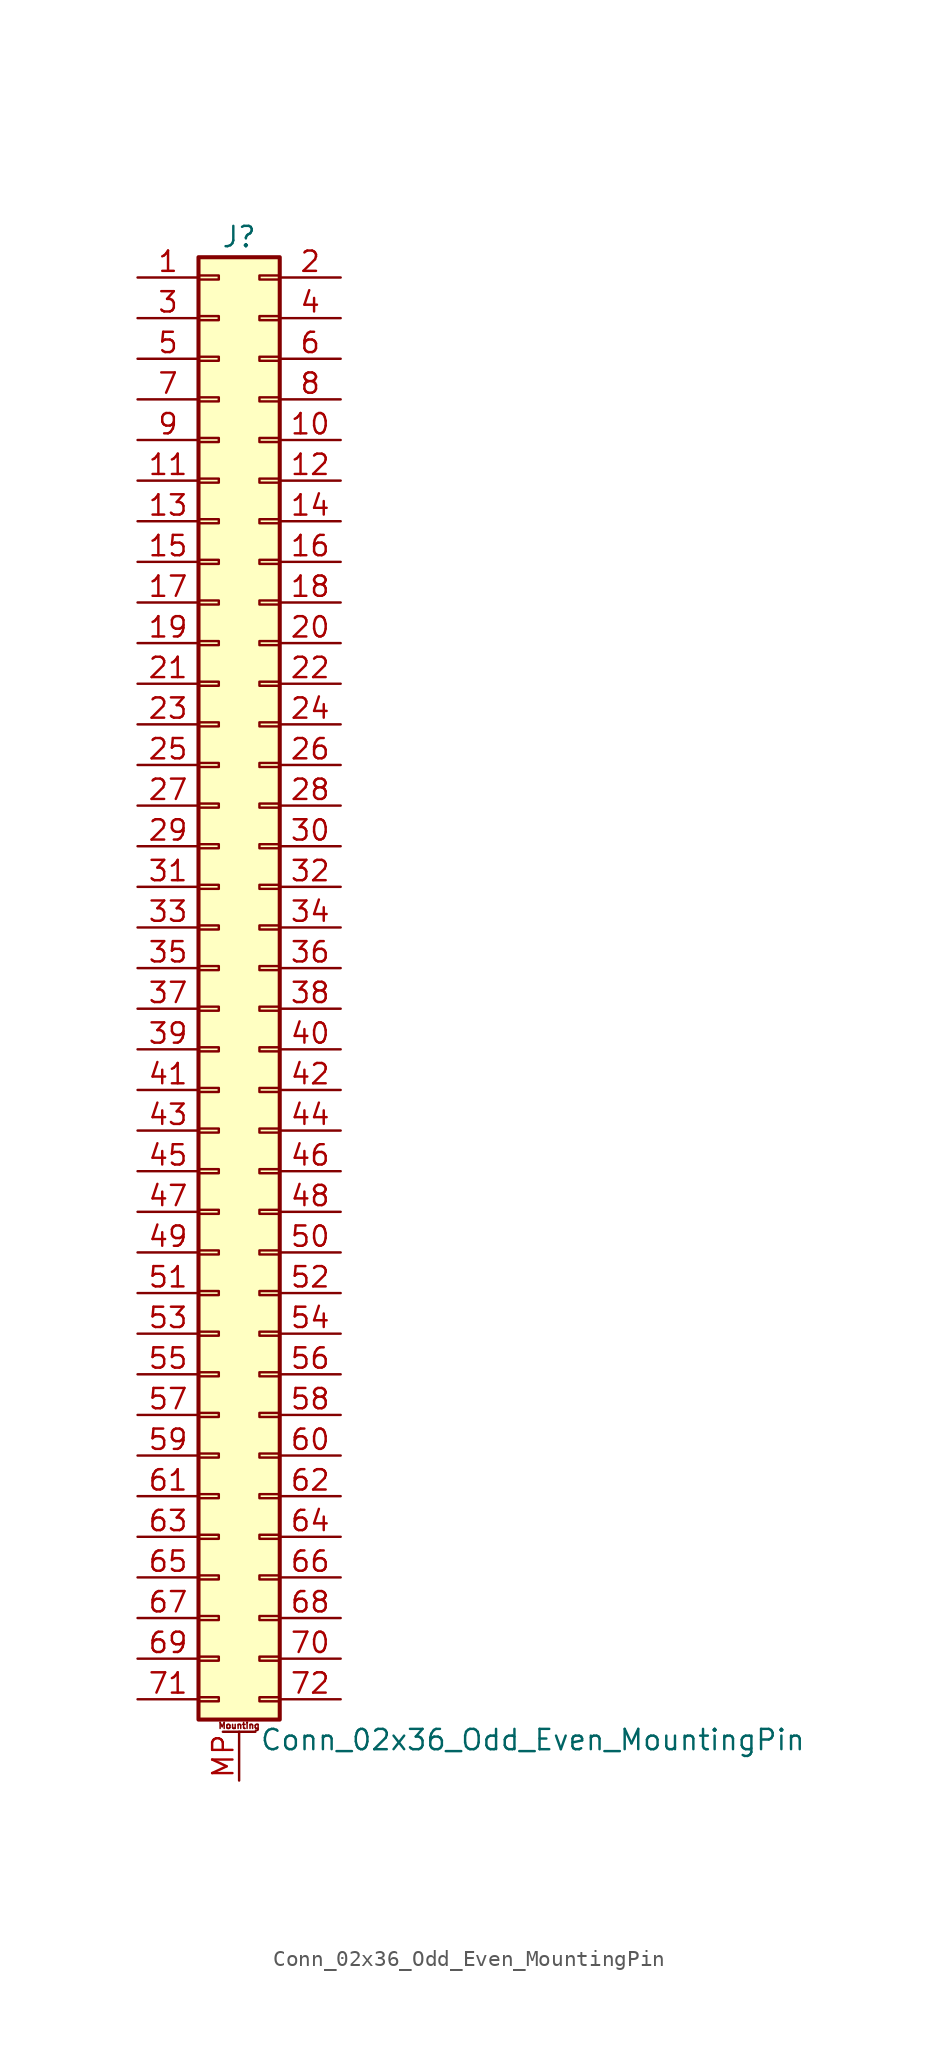
<source format=kicad_sym>
(kicad_symbol_lib
  (version 20201005)
  (generator kicad_symbol_editor)
  (symbol "Conn_02x36_Odd_Even_MountingPin"
    (pin_names
      (offset 1.016) hide)
    (property "Reference" "J"
      (at 1.27 45.72 0)
      (effects (font (size 1.27 1.27))))
    (property "Value" "Conn_02x36_Odd_Even_MountingPin"
      (at 2.54 -48.26 0)
      (effects (font (size 1.27 1.27)) (justify left)))
    (symbol "Conn_02x36_Odd_Even_MountingPin_1_1"
      (text "Mounting" (at 1.27 -47.371 0) (effects (font (size 0.381 0.381))))
      (rectangle (start -1.27 -45.593) (end 0 -45.847) (stroke (width 0.152)) (fill (type none)))
      (rectangle (start -1.27 -43.053) (end 0 -43.307) (stroke (width 0.152)) (fill (type none)))
      (rectangle (start -1.27 -40.513) (end 0 -40.767) (stroke (width 0.152)) (fill (type none)))
      (rectangle (start -1.27 -37.973) (end 0 -38.227) (stroke (width 0.152)) (fill (type none)))
      (rectangle (start -1.27 -35.433) (end 0 -35.687) (stroke (width 0.152)) (fill (type none)))
      (rectangle (start -1.27 -32.893) (end 0 -33.147) (stroke (width 0.152)) (fill (type none)))
      (rectangle (start -1.27 -30.353) (end 0 -30.607) (stroke (width 0.152)) (fill (type none)))
      (rectangle (start -1.27 -27.813) (end 0 -28.067) (stroke (width 0.152)) (fill (type none)))
      (rectangle (start -1.27 -25.273) (end 0 -25.527) (stroke (width 0.152)) (fill (type none)))
      (rectangle (start -1.27 -22.733) (end 0 -22.987) (stroke (width 0.152)) (fill (type none)))
      (rectangle (start -1.27 -20.193) (end 0 -20.447) (stroke (width 0.152)) (fill (type none)))
      (rectangle (start -1.27 -17.653) (end 0 -17.907) (stroke (width 0.152)) (fill (type none)))
      (rectangle (start -1.27 -15.113) (end 0 -15.367) (stroke (width 0.152)) (fill (type none)))
      (rectangle (start -1.27 -12.573) (end 0 -12.827) (stroke (width 0.152)) (fill (type none)))
      (rectangle (start -1.27 -10.033) (end 0 -10.287) (stroke (width 0.152)) (fill (type none)))
      (rectangle (start -1.27 -7.493) (end 0 -7.747) (stroke (width 0.152)) (fill (type none)))
      (rectangle (start -1.27 -4.953) (end 0 -5.207) (stroke (width 0.152)) (fill (type none)))
      (rectangle (start -1.27 -2.413) (end 0 -2.667) (stroke (width 0.152)) (fill (type none)))
      (rectangle (start -1.27 0.127) (end 0 -0.127) (stroke (width 0.152)) (fill (type none)))
      (rectangle (start -1.27 2.667) (end 0 2.413) (stroke (width 0.152)) (fill (type none)))
      (rectangle (start -1.27 5.207) (end 0 4.953) (stroke (width 0.152)) (fill (type none)))
      (rectangle (start -1.27 7.747) (end 0 7.493) (stroke (width 0.152)) (fill (type none)))
      (rectangle (start -1.27 10.287) (end 0 10.033) (stroke (width 0.152)) (fill (type none)))
      (rectangle (start -1.27 12.827) (end 0 12.573) (stroke (width 0.152)) (fill (type none)))
      (rectangle (start -1.27 15.367) (end 0 15.113) (stroke (width 0.152)) (fill (type none)))
      (rectangle (start -1.27 17.907) (end 0 17.653) (stroke (width 0.152)) (fill (type none)))
      (rectangle (start -1.27 20.447) (end 0 20.193) (stroke (width 0.152)) (fill (type none)))
      (rectangle (start -1.27 22.987) (end 0 22.733) (stroke (width 0.152)) (fill (type none)))
      (rectangle (start -1.27 25.527) (end 0 25.273) (stroke (width 0.152)) (fill (type none)))
      (rectangle (start -1.27 28.067) (end 0 27.813) (stroke (width 0.152)) (fill (type none)))
      (rectangle (start -1.27 30.607) (end 0 30.353) (stroke (width 0.152)) (fill (type none)))
      (rectangle (start -1.27 33.147) (end 0 32.893) (stroke (width 0.152)) (fill (type none)))
      (rectangle (start -1.27 35.687) (end 0 35.433) (stroke (width 0.152)) (fill (type none)))
      (rectangle (start -1.27 38.227) (end 0 37.973) (stroke (width 0.152)) (fill (type none)))
      (rectangle (start -1.27 40.767) (end 0 40.513) (stroke (width 0.152)) (fill (type none)))
      (rectangle (start -1.27 43.307) (end 0 43.053) (stroke (width 0.152)) (fill (type none)))
      (rectangle (start -1.27 44.45) (end 3.81 -46.99) (stroke (width 0.254)) (fill (type background)))
      (rectangle (start 3.81 -45.593) (end 2.54 -45.847) (stroke (width 0.152)) (fill (type none)))
      (rectangle (start 3.81 -43.053) (end 2.54 -43.307) (stroke (width 0.152)) (fill (type none)))
      (rectangle (start 3.81 -40.513) (end 2.54 -40.767) (stroke (width 0.152)) (fill (type none)))
      (rectangle (start 3.81 -37.973) (end 2.54 -38.227) (stroke (width 0.152)) (fill (type none)))
      (rectangle (start 3.81 -35.433) (end 2.54 -35.687) (stroke (width 0.152)) (fill (type none)))
      (rectangle (start 3.81 -32.893) (end 2.54 -33.147) (stroke (width 0.152)) (fill (type none)))
      (rectangle (start 3.81 -30.353) (end 2.54 -30.607) (stroke (width 0.152)) (fill (type none)))
      (rectangle (start 3.81 -27.813) (end 2.54 -28.067) (stroke (width 0.152)) (fill (type none)))
      (rectangle (start 3.81 -25.273) (end 2.54 -25.527) (stroke (width 0.152)) (fill (type none)))
      (rectangle (start 3.81 -22.733) (end 2.54 -22.987) (stroke (width 0.152)) (fill (type none)))
      (rectangle (start 3.81 -20.193) (end 2.54 -20.447) (stroke (width 0.152)) (fill (type none)))
      (rectangle (start 3.81 -17.653) (end 2.54 -17.907) (stroke (width 0.152)) (fill (type none)))
      (rectangle (start 3.81 -15.113) (end 2.54 -15.367) (stroke (width 0.152)) (fill (type none)))
      (rectangle (start 3.81 -12.573) (end 2.54 -12.827) (stroke (width 0.152)) (fill (type none)))
      (rectangle (start 3.81 -10.033) (end 2.54 -10.287) (stroke (width 0.152)) (fill (type none)))
      (rectangle (start 3.81 -7.493) (end 2.54 -7.747) (stroke (width 0.152)) (fill (type none)))
      (rectangle (start 3.81 -4.953) (end 2.54 -5.207) (stroke (width 0.152)) (fill (type none)))
      (rectangle (start 3.81 -2.413) (end 2.54 -2.667) (stroke (width 0.152)) (fill (type none)))
      (rectangle (start 3.81 0.127) (end 2.54 -0.127) (stroke (width 0.152)) (fill (type none)))
      (rectangle (start 3.81 2.667) (end 2.54 2.413) (stroke (width 0.152)) (fill (type none)))
      (rectangle (start 3.81 5.207) (end 2.54 4.953) (stroke (width 0.152)) (fill (type none)))
      (rectangle (start 3.81 7.747) (end 2.54 7.493) (stroke (width 0.152)) (fill (type none)))
      (rectangle (start 3.81 10.287) (end 2.54 10.033) (stroke (width 0.152)) (fill (type none)))
      (rectangle (start 3.81 12.827) (end 2.54 12.573) (stroke (width 0.152)) (fill (type none)))
      (rectangle (start 3.81 15.367) (end 2.54 15.113) (stroke (width 0.152)) (fill (type none)))
      (rectangle (start 3.81 17.907) (end 2.54 17.653) (stroke (width 0.152)) (fill (type none)))
      (rectangle (start 3.81 20.447) (end 2.54 20.193) (stroke (width 0.152)) (fill (type none)))
      (rectangle (start 3.81 22.987) (end 2.54 22.733) (stroke (width 0.152)) (fill (type none)))
      (rectangle (start 3.81 25.527) (end 2.54 25.273) (stroke (width 0.152)) (fill (type none)))
      (rectangle (start 3.81 28.067) (end 2.54 27.813) (stroke (width 0.152)) (fill (type none)))
      (rectangle (start 3.81 30.607) (end 2.54 30.353) (stroke (width 0.152)) (fill (type none)))
      (rectangle (start 3.81 33.147) (end 2.54 32.893) (stroke (width 0.152)) (fill (type none)))
      (rectangle (start 3.81 35.687) (end 2.54 35.433) (stroke (width 0.152)) (fill (type none)))
      (rectangle (start 3.81 38.227) (end 2.54 37.973) (stroke (width 0.152)) (fill (type none)))
      (rectangle (start 3.81 40.767) (end 2.54 40.513) (stroke (width 0.152)) (fill (type none)))
      (rectangle (start 3.81 43.307) (end 2.54 43.053) (stroke (width 0.152)) (fill (type none)))
      (polyline (pts (xy 0.254 -47.752) (xy 2.286 -47.752)) (stroke (width 0.152)) (fill (type none)))
      (pin passive line (at -5.08 43.18 0) (length 3.81) (name "Pin_1" (effects (font (size 1.27 1.27)))) (number "1" (effects (font (size 1.27 1.27)))))
      (pin passive line (at 7.62 33.02 180) (length 3.81) (name "Pin_10" (effects (font (size 1.27 1.27)))) (number "10" (effects (font (size 1.27 1.27)))))
      (pin passive line (at -5.08 30.48 0) (length 3.81) (name "Pin_11" (effects (font (size 1.27 1.27)))) (number "11" (effects (font (size 1.27 1.27)))))
      (pin passive line (at 7.62 30.48 180) (length 3.81) (name "Pin_12" (effects (font (size 1.27 1.27)))) (number "12" (effects (font (size 1.27 1.27)))))
      (pin passive line (at -5.08 27.94 0) (length 3.81) (name "Pin_13" (effects (font (size 1.27 1.27)))) (number "13" (effects (font (size 1.27 1.27)))))
      (pin passive line (at 7.62 27.94 180) (length 3.81) (name "Pin_14" (effects (font (size 1.27 1.27)))) (number "14" (effects (font (size 1.27 1.27)))))
      (pin passive line (at -5.08 25.4 0) (length 3.81) (name "Pin_15" (effects (font (size 1.27 1.27)))) (number "15" (effects (font (size 1.27 1.27)))))
      (pin passive line (at 7.62 25.4 180) (length 3.81) (name "Pin_16" (effects (font (size 1.27 1.27)))) (number "16" (effects (font (size 1.27 1.27)))))
      (pin passive line (at -5.08 22.86 0) (length 3.81) (name "Pin_17" (effects (font (size 1.27 1.27)))) (number "17" (effects (font (size 1.27 1.27)))))
      (pin passive line (at 7.62 22.86 180) (length 3.81) (name "Pin_18" (effects (font (size 1.27 1.27)))) (number "18" (effects (font (size 1.27 1.27)))))
      (pin passive line (at -5.08 20.32 0) (length 3.81) (name "Pin_19" (effects (font (size 1.27 1.27)))) (number "19" (effects (font (size 1.27 1.27)))))
      (pin passive line (at 7.62 43.18 180) (length 3.81) (name "Pin_2" (effects (font (size 1.27 1.27)))) (number "2" (effects (font (size 1.27 1.27)))))
      (pin passive line (at 7.62 20.32 180) (length 3.81) (name "Pin_20" (effects (font (size 1.27 1.27)))) (number "20" (effects (font (size 1.27 1.27)))))
      (pin passive line (at -5.08 17.78 0) (length 3.81) (name "Pin_21" (effects (font (size 1.27 1.27)))) (number "21" (effects (font (size 1.27 1.27)))))
      (pin passive line (at 7.62 17.78 180) (length 3.81) (name "Pin_22" (effects (font (size 1.27 1.27)))) (number "22" (effects (font (size 1.27 1.27)))))
      (pin passive line (at -5.08 15.24 0) (length 3.81) (name "Pin_23" (effects (font (size 1.27 1.27)))) (number "23" (effects (font (size 1.27 1.27)))))
      (pin passive line (at 7.62 15.24 180) (length 3.81) (name "Pin_24" (effects (font (size 1.27 1.27)))) (number "24" (effects (font (size 1.27 1.27)))))
      (pin passive line (at -5.08 12.7 0) (length 3.81) (name "Pin_25" (effects (font (size 1.27 1.27)))) (number "25" (effects (font (size 1.27 1.27)))))
      (pin passive line (at 7.62 12.7 180) (length 3.81) (name "Pin_26" (effects (font (size 1.27 1.27)))) (number "26" (effects (font (size 1.27 1.27)))))
      (pin passive line (at -5.08 10.16 0) (length 3.81) (name "Pin_27" (effects (font (size 1.27 1.27)))) (number "27" (effects (font (size 1.27 1.27)))))
      (pin passive line (at 7.62 10.16 180) (length 3.81) (name "Pin_28" (effects (font (size 1.27 1.27)))) (number "28" (effects (font (size 1.27 1.27)))))
      (pin passive line (at -5.08 7.62 0) (length 3.81) (name "Pin_29" (effects (font (size 1.27 1.27)))) (number "29" (effects (font (size 1.27 1.27)))))
      (pin passive line (at -5.08 40.64 0) (length 3.81) (name "Pin_3" (effects (font (size 1.27 1.27)))) (number "3" (effects (font (size 1.27 1.27)))))
      (pin passive line (at 7.62 7.62 180) (length 3.81) (name "Pin_30" (effects (font (size 1.27 1.27)))) (number "30" (effects (font (size 1.27 1.27)))))
      (pin passive line (at -5.08 5.08 0) (length 3.81) (name "Pin_31" (effects (font (size 1.27 1.27)))) (number "31" (effects (font (size 1.27 1.27)))))
      (pin passive line (at 7.62 5.08 180) (length 3.81) (name "Pin_32" (effects (font (size 1.27 1.27)))) (number "32" (effects (font (size 1.27 1.27)))))
      (pin passive line (at -5.08 2.54 0) (length 3.81) (name "Pin_33" (effects (font (size 1.27 1.27)))) (number "33" (effects (font (size 1.27 1.27)))))
      (pin passive line (at 7.62 2.54 180) (length 3.81) (name "Pin_34" (effects (font (size 1.27 1.27)))) (number "34" (effects (font (size 1.27 1.27)))))
      (pin passive line (at -5.08 0 0) (length 3.81) (name "Pin_35" (effects (font (size 1.27 1.27)))) (number "35" (effects (font (size 1.27 1.27)))))
      (pin passive line (at 7.62 0 180) (length 3.81) (name "Pin_36" (effects (font (size 1.27 1.27)))) (number "36" (effects (font (size 1.27 1.27)))))
      (pin passive line (at -5.08 -2.54 0) (length 3.81) (name "Pin_37" (effects (font (size 1.27 1.27)))) (number "37" (effects (font (size 1.27 1.27)))))
      (pin passive line (at 7.62 -2.54 180) (length 3.81) (name "Pin_38" (effects (font (size 1.27 1.27)))) (number "38" (effects (font (size 1.27 1.27)))))
      (pin passive line (at -5.08 -5.08 0) (length 3.81) (name "Pin_39" (effects (font (size 1.27 1.27)))) (number "39" (effects (font (size 1.27 1.27)))))
      (pin passive line (at 7.62 40.64 180) (length 3.81) (name "Pin_4" (effects (font (size 1.27 1.27)))) (number "4" (effects (font (size 1.27 1.27)))))
      (pin passive line (at 7.62 -5.08 180) (length 3.81) (name "Pin_40" (effects (font (size 1.27 1.27)))) (number "40" (effects (font (size 1.27 1.27)))))
      (pin passive line (at -5.08 -7.62 0) (length 3.81) (name "Pin_41" (effects (font (size 1.27 1.27)))) (number "41" (effects (font (size 1.27 1.27)))))
      (pin passive line (at 7.62 -7.62 180) (length 3.81) (name "Pin_42" (effects (font (size 1.27 1.27)))) (number "42" (effects (font (size 1.27 1.27)))))
      (pin passive line (at -5.08 -10.16 0) (length 3.81) (name "Pin_43" (effects (font (size 1.27 1.27)))) (number "43" (effects (font (size 1.27 1.27)))))
      (pin passive line (at 7.62 -10.16 180) (length 3.81) (name "Pin_44" (effects (font (size 1.27 1.27)))) (number "44" (effects (font (size 1.27 1.27)))))
      (pin passive line (at -5.08 -12.7 0) (length 3.81) (name "Pin_45" (effects (font (size 1.27 1.27)))) (number "45" (effects (font (size 1.27 1.27)))))
      (pin passive line (at 7.62 -12.7 180) (length 3.81) (name "Pin_46" (effects (font (size 1.27 1.27)))) (number "46" (effects (font (size 1.27 1.27)))))
      (pin passive line (at -5.08 -15.24 0) (length 3.81) (name "Pin_47" (effects (font (size 1.27 1.27)))) (number "47" (effects (font (size 1.27 1.27)))))
      (pin passive line (at 7.62 -15.24 180) (length 3.81) (name "Pin_48" (effects (font (size 1.27 1.27)))) (number "48" (effects (font (size 1.27 1.27)))))
      (pin passive line (at -5.08 -17.78 0) (length 3.81) (name "Pin_49" (effects (font (size 1.27 1.27)))) (number "49" (effects (font (size 1.27 1.27)))))
      (pin passive line (at -5.08 38.1 0) (length 3.81) (name "Pin_5" (effects (font (size 1.27 1.27)))) (number "5" (effects (font (size 1.27 1.27)))))
      (pin passive line (at 7.62 -17.78 180) (length 3.81) (name "Pin_50" (effects (font (size 1.27 1.27)))) (number "50" (effects (font (size 1.27 1.27)))))
      (pin passive line (at -5.08 -20.32 0) (length 3.81) (name "Pin_51" (effects (font (size 1.27 1.27)))) (number "51" (effects (font (size 1.27 1.27)))))
      (pin passive line (at 7.62 -20.32 180) (length 3.81) (name "Pin_52" (effects (font (size 1.27 1.27)))) (number "52" (effects (font (size 1.27 1.27)))))
      (pin passive line (at -5.08 -22.86 0) (length 3.81) (name "Pin_53" (effects (font (size 1.27 1.27)))) (number "53" (effects (font (size 1.27 1.27)))))
      (pin passive line (at 7.62 -22.86 180) (length 3.81) (name "Pin_54" (effects (font (size 1.27 1.27)))) (number "54" (effects (font (size 1.27 1.27)))))
      (pin passive line (at -5.08 -25.4 0) (length 3.81) (name "Pin_55" (effects (font (size 1.27 1.27)))) (number "55" (effects (font (size 1.27 1.27)))))
      (pin passive line (at 7.62 -25.4 180) (length 3.81) (name "Pin_56" (effects (font (size 1.27 1.27)))) (number "56" (effects (font (size 1.27 1.27)))))
      (pin passive line (at -5.08 -27.94 0) (length 3.81) (name "Pin_57" (effects (font (size 1.27 1.27)))) (number "57" (effects (font (size 1.27 1.27)))))
      (pin passive line (at 7.62 -27.94 180) (length 3.81) (name "Pin_58" (effects (font (size 1.27 1.27)))) (number "58" (effects (font (size 1.27 1.27)))))
      (pin passive line (at -5.08 -30.48 0) (length 3.81) (name "Pin_59" (effects (font (size 1.27 1.27)))) (number "59" (effects (font (size 1.27 1.27)))))
      (pin passive line (at 7.62 38.1 180) (length 3.81) (name "Pin_6" (effects (font (size 1.27 1.27)))) (number "6" (effects (font (size 1.27 1.27)))))
      (pin passive line (at 7.62 -30.48 180) (length 3.81) (name "Pin_60" (effects (font (size 1.27 1.27)))) (number "60" (effects (font (size 1.27 1.27)))))
      (pin passive line (at -5.08 -33.02 0) (length 3.81) (name "Pin_61" (effects (font (size 1.27 1.27)))) (number "61" (effects (font (size 1.27 1.27)))))
      (pin passive line (at 7.62 -33.02 180) (length 3.81) (name "Pin_62" (effects (font (size 1.27 1.27)))) (number "62" (effects (font (size 1.27 1.27)))))
      (pin passive line (at -5.08 -35.56 0) (length 3.81) (name "Pin_63" (effects (font (size 1.27 1.27)))) (number "63" (effects (font (size 1.27 1.27)))))
      (pin passive line (at 7.62 -35.56 180) (length 3.81) (name "Pin_64" (effects (font (size 1.27 1.27)))) (number "64" (effects (font (size 1.27 1.27)))))
      (pin passive line (at -5.08 -38.1 0) (length 3.81) (name "Pin_65" (effects (font (size 1.27 1.27)))) (number "65" (effects (font (size 1.27 1.27)))))
      (pin passive line (at 7.62 -38.1 180) (length 3.81) (name "Pin_66" (effects (font (size 1.27 1.27)))) (number "66" (effects (font (size 1.27 1.27)))))
      (pin passive line (at -5.08 -40.64 0) (length 3.81) (name "Pin_67" (effects (font (size 1.27 1.27)))) (number "67" (effects (font (size 1.27 1.27)))))
      (pin passive line (at 7.62 -40.64 180) (length 3.81) (name "Pin_68" (effects (font (size 1.27 1.27)))) (number "68" (effects (font (size 1.27 1.27)))))
      (pin passive line (at -5.08 -43.18 0) (length 3.81) (name "Pin_69" (effects (font (size 1.27 1.27)))) (number "69" (effects (font (size 1.27 1.27)))))
      (pin passive line (at -5.08 35.56 0) (length 3.81) (name "Pin_7" (effects (font (size 1.27 1.27)))) (number "7" (effects (font (size 1.27 1.27)))))
      (pin passive line (at 7.62 -43.18 180) (length 3.81) (name "Pin_70" (effects (font (size 1.27 1.27)))) (number "70" (effects (font (size 1.27 1.27)))))
      (pin passive line (at -5.08 -45.72 0) (length 3.81) (name "Pin_71" (effects (font (size 1.27 1.27)))) (number "71" (effects (font (size 1.27 1.27)))))
      (pin passive line (at 7.62 -45.72 180) (length 3.81) (name "Pin_72" (effects (font (size 1.27 1.27)))) (number "72" (effects (font (size 1.27 1.27)))))
      (pin passive line (at 7.62 35.56 180) (length 3.81) (name "Pin_8" (effects (font (size 1.27 1.27)))) (number "8" (effects (font (size 1.27 1.27)))))
      (pin passive line (at -5.08 33.02 0) (length 3.81) (name "Pin_9" (effects (font (size 1.27 1.27)))) (number "9" (effects (font (size 1.27 1.27)))))
      (pin passive line (at 1.27 -50.8 90) (length 3.048) (name "MountPin" (effects (font (size 1.27 1.27)))) (number "MP" (effects (font (size 1.27 1.27))))))))
</source>
